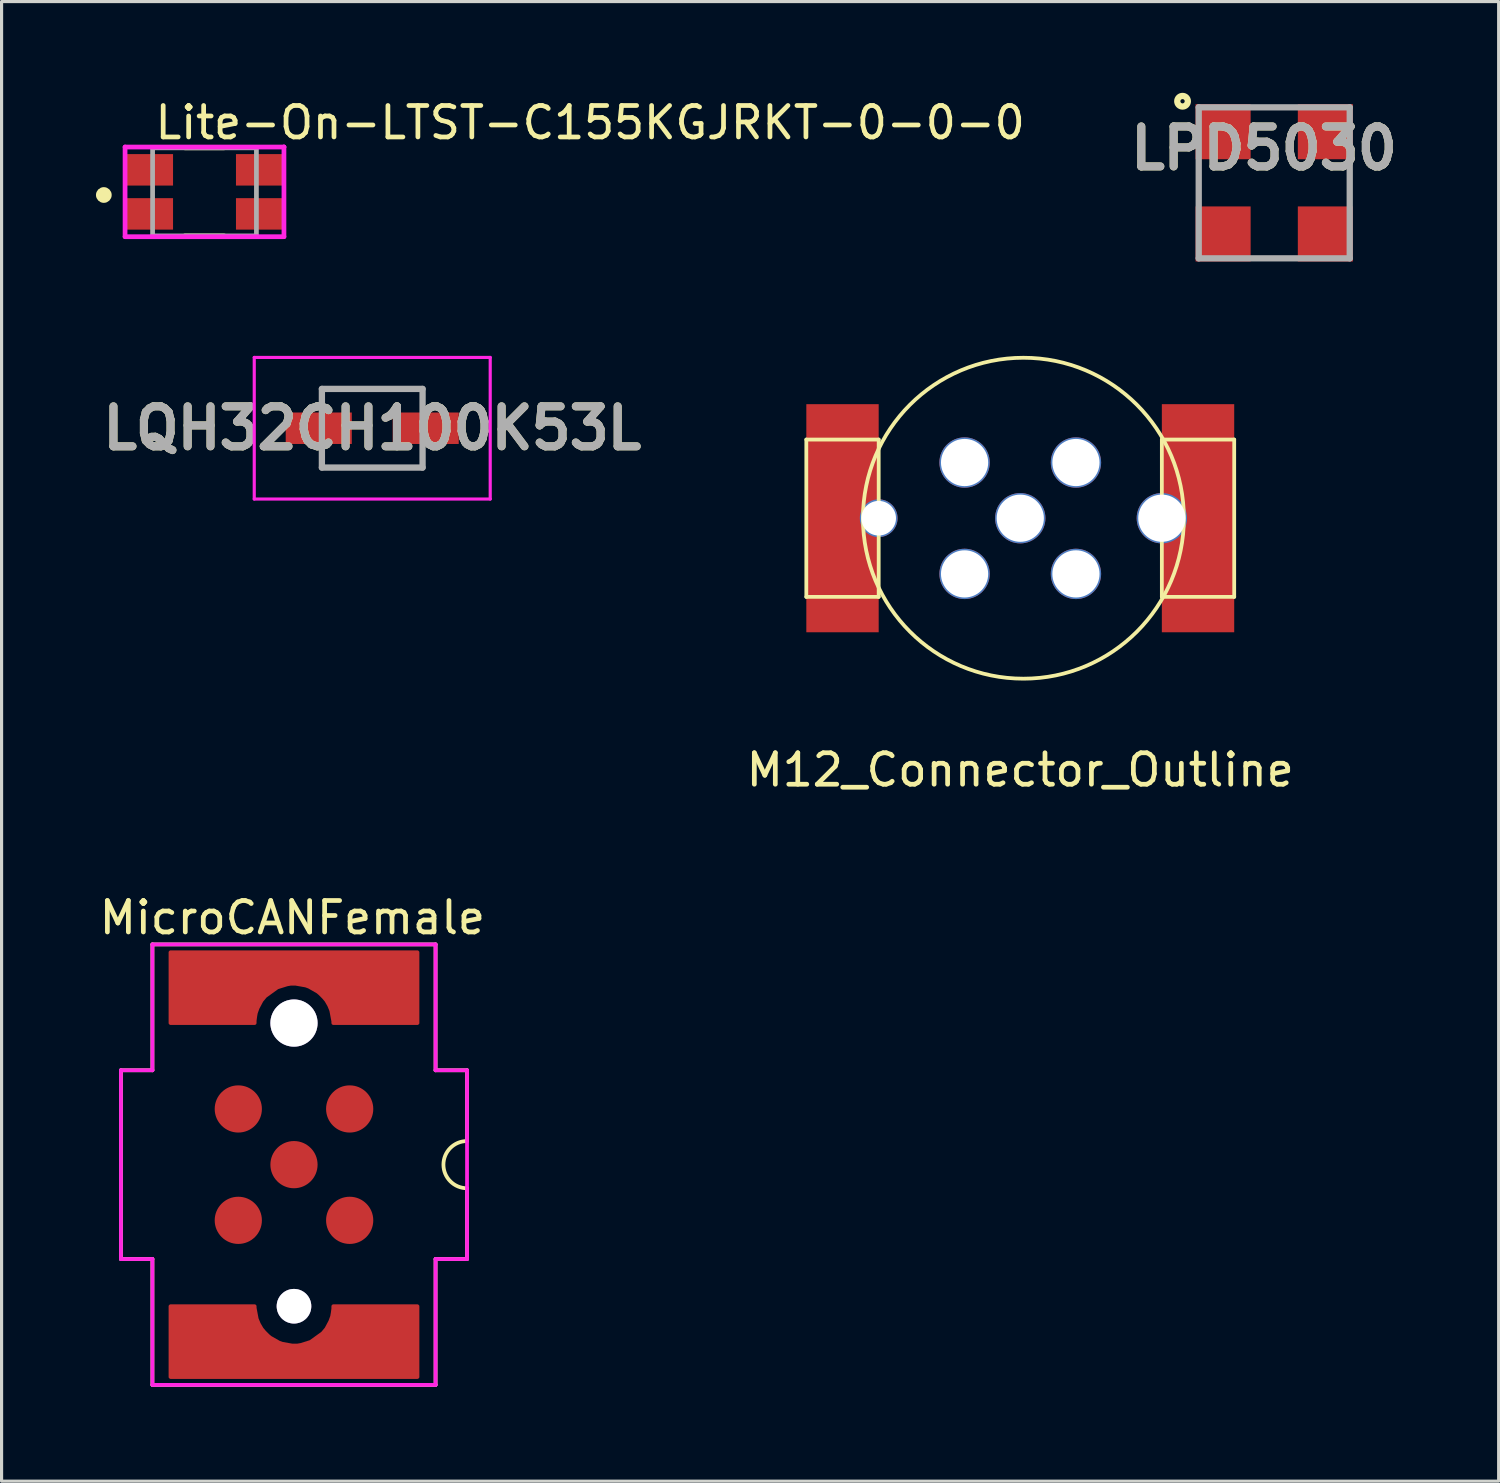
<source format=kicad_pcb>
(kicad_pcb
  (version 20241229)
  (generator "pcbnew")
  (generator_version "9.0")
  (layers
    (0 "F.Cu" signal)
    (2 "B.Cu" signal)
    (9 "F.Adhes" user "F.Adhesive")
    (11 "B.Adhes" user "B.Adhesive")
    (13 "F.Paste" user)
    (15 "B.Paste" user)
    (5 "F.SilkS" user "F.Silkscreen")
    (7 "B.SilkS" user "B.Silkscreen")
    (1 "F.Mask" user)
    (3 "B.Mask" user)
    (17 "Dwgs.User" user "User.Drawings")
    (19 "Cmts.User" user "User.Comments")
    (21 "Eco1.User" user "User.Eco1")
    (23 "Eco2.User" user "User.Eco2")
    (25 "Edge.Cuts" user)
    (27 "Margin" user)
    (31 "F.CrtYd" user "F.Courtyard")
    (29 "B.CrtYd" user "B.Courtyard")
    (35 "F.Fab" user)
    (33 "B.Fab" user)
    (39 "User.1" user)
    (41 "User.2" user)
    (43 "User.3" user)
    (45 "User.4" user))
  (footprint "MicroCANFemale"
    (layer "F.Cu")
    (at 6.294 33.967)
    (property "Reference" "MicroCANFemale" (at -0.05 -7.85 0) (layer "F.SilkS") (effects (font (size 1 1) (thickness 0.15))))
    (attr through_hole)
    (fp_line (start -5.5 -3) (end -4.5 -3) (stroke (width 0.12) (type solid)) (layer "F.SilkS"))
    (fp_line (start -5.5 3) (end -5.5 -3) (stroke (width 0.12) (type solid)) (layer "F.SilkS"))
    (fp_line (start -4.5 -7) (end -4.5 -3) (stroke (width 0.12) (type solid)) (layer "F.SilkS"))
    (fp_line (start -4.5 -7) (end 4.5 -7) (stroke (width 0.12) (type solid)) (layer "F.SilkS"))
    (fp_line (start -4.5 3) (end -5.5 3) (stroke (width 0.12) (type solid)) (layer "F.SilkS"))
    (fp_line (start -4.5 3) (end -4.5 7) (stroke (width 0.12) (type solid)) (layer "F.SilkS"))
    (fp_line (start -4.5 7) (end 4.5 7) (stroke (width 0.12) (type solid)) (layer "F.SilkS"))
    (fp_line (start 4.5 -3) (end 4.5 -7) (stroke (width 0.12) (type solid)) (layer "F.SilkS"))
    (fp_line (start 4.5 -3) (end 5.5 -3) (stroke (width 0.12) (type solid)) (layer "F.SilkS"))
    (fp_line (start 4.5 3) (end 4.5 7) (stroke (width 0.12) (type solid)) (layer "F.SilkS"))
    (fp_line (start 5.5 -3) (end 5.5 -0.75) (stroke (width 0.12) (type solid)) (layer "F.SilkS"))
    (fp_line (start 5.5 3) (end 4.5 3) (stroke (width 0.12) (type solid)) (layer "F.SilkS"))
    (fp_line (start 5.5 3) (end 5.5 0.75) (stroke (width 0.12) (type solid)) (layer "F.SilkS"))
    (fp_arc (start 5.5 0.75) (mid 4.75 0) (end 5.5 -0.75) (stroke (width 0.12) (type solid)) (layer "F.SilkS"))
    (fp_line (start -5.5 -3) (end -4.5 -3) (stroke (width 0.12) (type solid)) (layer "F.CrtYd"))
    (fp_line (start -5.5 3) (end -5.5 -3) (stroke (width 0.12) (type solid)) (layer "F.CrtYd"))
    (fp_line (start -4.5 -7) (end -4.5 -3) (stroke (width 0.12) (type solid)) (layer "F.CrtYd"))
    (fp_line (start -4.5 -7) (end 4.5 -7) (stroke (width 0.12) (type solid)) (layer "F.CrtYd"))
    (fp_line (start -4.5 3) (end -5.5 3) (stroke (width 0.12) (type solid)) (layer "F.CrtYd"))
    (fp_line (start -4.5 3) (end -4.5 7) (stroke (width 0.12) (type solid)) (layer "F.CrtYd"))
    (fp_line (start -4.5 7) (end 4.5 7) (stroke (width 0.12) (type solid)) (layer "F.CrtYd"))
    (fp_line (start 4.5 -3) (end 4.5 -7) (stroke (width 0.12) (type solid)) (layer "F.CrtYd"))
    (fp_line (start 4.5 -3) (end 5.5 -3) (stroke (width 0.12) (type solid)) (layer "F.CrtYd"))
    (fp_line (start 4.5 3) (end 4.5 7) (stroke (width 0.12) (type solid)) (layer "F.CrtYd"))
    (fp_line (start 5.5 -3) (end 5.5 3) (stroke (width 0.12) (type solid)) (layer "F.CrtYd"))
    (fp_line (start 5.5 3) (end 4.5 3) (stroke (width 0.12) (type solid)) (layer "F.CrtYd"))
    (pad "1" smd circle (at 1.77 -1.77 90) (size 1.5 1.5) (layers "F.Cu" "F.Mask" "F.Paste"))
    (pad "2" smd circle (at 1.77 1.77 90) (size 1.5 1.5) (layers "F.Cu" "F.Mask" "F.Paste"))
    (pad "3" smd circle (at -1.77 1.77 90) (size 1.5 1.5) (layers "F.Cu" "F.Mask" "F.Paste"))
    (pad "4" smd circle (at -1.77 -1.77 90) (size 1.5 1.5) (layers "F.Cu" "F.Mask" "F.Paste"))
    (pad "5" smd circle (at 0 0) (size 1.5 1.5) (layers "F.Cu" "F.Mask" "F.Paste"))
    (pad "6" smd custom (at 0 -6.25) (size 1.1 1.1) (layers "F.Cu" "F.Mask" "F.Paste") (options (anchor rect)) (primitives (gr_poly (pts (xy 3.925 1.75) (xy 1.25 1.75) (xy 1.175 1.35) (xy 1.05 1.05) (xy 0.775 0.775) (xy 0.425 0.575) (xy 0 0.5) (xy -0.125 0.5) (xy -0.525 0.625) (xy -0.975 0.95) (xy -1.2 1.375) (xy -1.25 1.75) (xy -3.925 1.725) (xy -3.925 -0.5) (xy 3.925 -0.5)) (width 0.1) (fill yes)) (gr_arc (start -1.25 1.75) (mid 0 0.5) (end 1.25 1.75) (width 0.12)) (gr_line (start -3.925 1.75) (end -1.25 1.75) (width 0.12)) (gr_line (start 3.925 1.75) (end 1.25 1.75) (width 0.12)) (gr_line (start -3.925 -0.5) (end -3.925 1.75) (width 0.12)) (gr_line (start 3.925 -0.5) (end -3.925 -0.5) (width 0.12)) (gr_line (start 3.925 1.75) (end 3.925 -0.5) (width 0.12))))
    (pad "6" smd custom (at 0 6.25 180) (size 1.1 1.1) (layers "F.Cu" "F.Mask" "F.Paste") (options (anchor rect)) (primitives (gr_poly (pts (xy 3.925 1.75) (xy 1.25 1.75) (xy 1.175 1.35) (xy 1.05 1.05) (xy 0.775 0.775) (xy 0.425 0.575) (xy 0 0.5) (xy -0.125 0.5) (xy -0.525 0.625) (xy -0.975 0.95) (xy -1.2 1.375) (xy -1.25 1.75) (xy -3.925 1.725) (xy -3.925 -0.5) (xy 3.925 -0.5)) (width 0.1) (fill yes)) (gr_arc (start -1.25 1.75) (mid 0 0.5) (end 1.25 1.75) (width 0.12)) (gr_line (start -3.925 1.75) (end -1.25 1.75) (width 0.12)) (gr_line (start 3.925 1.75) (end 1.25 1.75) (width 0.12)) (gr_line (start -3.925 -0.5) (end -3.925 1.75) (width 0.12)) (gr_line (start 3.925 -0.5) (end -3.925 -0.5) (width 0.12)) (gr_line (start 3.925 1.75) (end 3.925 -0.5) (width 0.12))))
    (pad "7" thru_hole circle (at 0 -4.5) (size 1.5 1.5) (drill 1.5) (layers "*.Cu" "*.Mask"))
    (pad "7" thru_hole circle (at 0 4.5) (size 1.1 1.1) (drill 1.1) (layers "*.Cu" "*.Mask")))
  (footprint "M12_Connector_Outline"
    (layer "F.Cu")
    (at 29.378 13.421)
    (property "Reference" "M12_Connector_Outline" (at 0 8 0) (layer "F.SilkS") (effects (font (size 1 1) (thickness 0.15))))
    (attr through_hole)
    (fp_line (start -6.8 -2.5) (end -4.5 -2.5) (stroke (width 0.12) (type solid)) (layer "F.SilkS"))
    (fp_line (start -6.8 2.5) (end -6.8 -2.5) (stroke (width 0.12) (type solid)) (layer "F.SilkS"))
    (fp_line (start -4.5 -2.5) (end -4.5 2.5) (stroke (width 0.12) (type solid)) (layer "F.SilkS"))
    (fp_line (start -4.5 2.5) (end -6.8 2.5) (stroke (width 0.12) (type solid)) (layer "F.SilkS"))
    (fp_line (start 4.5 -2.5) (end 6.8 -2.5) (stroke (width 0.12) (type solid)) (layer "F.SilkS"))
    (fp_line (start 4.5 2.5) (end 4.5 -2.5) (stroke (width 0.12) (type solid)) (layer "F.SilkS"))
    (fp_line (start 6.8 -2.5) (end 6.8 2.5) (stroke (width 0.12) (type solid)) (layer "F.SilkS"))
    (fp_line (start 6.8 2.5) (end 4.5 2.5) (stroke (width 0.12) (type solid)) (layer "F.SilkS"))
    (fp_circle (center 0.1 0) (end 0.1 5.1) (stroke (width 0.12) (type solid)) (fill no) (layer "F.SilkS"))
    (pad "1" thru_hole circle (at 1.77 1.77 270) (size 1.6 1.6) (drill 1.5) (layers "*.Cu" "*.Mask"))
    (pad "2" thru_hole circle (at -1.77 1.77 270) (size 1.6 1.6) (drill 1.5) (layers "*.Cu" "*.Mask"))
    (pad "2" thru_hole circle (at 4.5 0 270) (size 1.6 1.6) (drill 1.5) (layers "*.Cu" "*.Mask"))
    (pad "3" thru_hole circle (at -4.5 0 270) (size 1.2 1.2) (drill 1.1) (layers "*.Cu" "*.Mask"))
    (pad "3" thru_hole circle (at -1.77 -1.77 270) (size 1.6 1.6) (drill 1.5) (layers "*.Cu" "*.Mask"))
    (pad "4" thru_hole circle (at 1.77 -1.77 270) (size 1.6 1.6) (drill 1.5) (layers "*.Cu" "*.Mask"))
    (pad "5" thru_hole circle (at 0 0 270) (size 1.6 1.6) (drill 1.5) (layers "*.Cu" "*.Mask"))
    (pad "GND" smd rect (at -5.65 0 270) (size 7.25 2.3) (layers "F.Cu" "F.Mask" "F.Paste"))
    (pad "GND" smd rect (at 5.65 0 270) (size 7.25 2.3) (layers "F.Cu" "F.Mask" "F.Paste")))
  (footprint "LPD5030"
    (layer "F.Cu")
    (at 37.45 2.761)
    (property "Reference" "LPD5030" (at -0.324 -1.096 0) (layer "F.SilkS") (effects (font (size 1.27 1.27) (thickness 0.254))))
    (attr smd)
    (fp_circle (center -2.914 -2.593) (end -2.914 -2.525) (stroke (width 0.2) (type solid)) (fill no) (layer "F.SilkS"))
    (fp_line (start -2.4 -2.4) (end 2.4 -2.4) (stroke (width 0.2) (type solid)) (layer "F.Fab"))
    (fp_line (start -2.4 2.4) (end -2.4 -2.4) (stroke (width 0.2) (type solid)) (layer "F.Fab"))
    (fp_line (start 2.4 -2.4) (end 2.4 2.4) (stroke (width 0.2) (type solid)) (layer "F.Fab"))
    (fp_line (start 2.4 2.4) (end -2.4 2.4) (stroke (width 0.2) (type solid)) (layer "F.Fab"))
    (fp_text user "${REFERENCE}" (at -0.324 -1.096 0) (layer "F.Fab") (effects (font (size 1.27 1.27) (thickness 0.254))))
    (pad "1" smd rect (at -1.625 -1.625 90) (size 1.75 1.75) (layers "F.Cu" "F.Mask" "F.Paste"))
    (pad "2" smd rect (at -1.625 1.625 90) (size 1.75 1.75) (layers "F.Cu" "F.Mask" "F.Paste"))
    (pad "3" smd rect (at 1.625 1.625 90) (size 1.75 1.75) (layers "F.Cu" "F.Mask" "F.Paste"))
    (pad "4" smd rect (at 1.625 -1.625 90) (size 1.75 1.75) (layers "F.Cu" "F.Mask" "F.Paste")))
  (footprint "LQH32CH100K53L"
    (layer "F.Cu")
    (at 8.781 10.561)
    (property "Reference" "LQH32CH100K53L" (at 0 0 0) (layer "F.SilkS") (effects (font (size 1.27 1.27) (thickness 0.254))))
    (attr smd)
    (fp_line (start -1.6 -1.25) (end 1.5 -1.25) (stroke (width 0.1) (type solid)) (layer "F.SilkS"))
    (fp_line (start -1.5 1.25) (end 1.6 1.25) (stroke (width 0.1) (type solid)) (layer "F.SilkS"))
    (fp_line (start -3.75 -2.25) (end 3.75 -2.25) (stroke (width 0.1) (type solid)) (layer "F.CrtYd"))
    (fp_line (start -3.75 2.25) (end -3.75 -2.25) (stroke (width 0.1) (type solid)) (layer "F.CrtYd"))
    (fp_line (start 3.75 -2.25) (end 3.75 2.25) (stroke (width 0.1) (type solid)) (layer "F.CrtYd"))
    (fp_line (start 3.75 2.25) (end -3.75 2.25) (stroke (width 0.1) (type solid)) (layer "F.CrtYd"))
    (fp_line (start -1.6 -1.25) (end 1.6 -1.25) (stroke (width 0.2) (type solid)) (layer "F.Fab"))
    (fp_line (start -1.6 1.25) (end -1.6 -1.25) (stroke (width 0.2) (type solid)) (layer "F.Fab"))
    (fp_line (start 1.6 -1.25) (end 1.6 1.25) (stroke (width 0.2) (type solid)) (layer "F.Fab"))
    (fp_line (start 1.6 1.25) (end -1.6 1.25) (stroke (width 0.2) (type solid)) (layer "F.Fab"))
    (fp_text user "${REFERENCE}" (at 0 0 0) (layer "F.Fab") (effects (font (size 1.27 1.27) (thickness 0.254))))
    (pad "1" smd rect (at -1.7 0 90) (size 1 2.1) (layers "F.Cu" "F.Mask" "F.Paste"))
    (pad "2" smd rect (at 1.7 0 90) (size 1 2.1) (layers "F.Cu" "F.Mask" "F.Paste")))
  (footprint "Lite-On-LTST-C155KGJRKT-0-0-0"
    (layer "F.Cu")
    (at 3.45 3.048)
    (property "Reference" "Lite-On-LTST-C155KGJRKT-0-0-0" (at -1.65 -2.2 0) (layer "F.SilkS") (effects (font (size 1 1) (thickness 0.15)) (justify left)))
    (attr through_hole)
    (fp_line (start -0.625 -1.4) (end 0.625 -1.4) (stroke (width 0.15) (type solid)) (layer "F.SilkS"))
    (fp_line (start -0.625 1.4) (end 0.625 1.4) (stroke (width 0.15) (type solid)) (layer "F.SilkS"))
    (fp_circle (center -3.2 0.1) (end -3.075 0.1) (stroke (width 0.25) (type solid)) (fill no) (layer "F.SilkS"))
    (fp_line (start -2.525 -1.425) (end -2.525 1.425) (stroke (width 0.15) (type solid)) (layer "F.CrtYd"))
    (fp_line (start -2.525 1.425) (end 2.525 1.425) (stroke (width 0.15) (type solid)) (layer "F.CrtYd"))
    (fp_line (start 2.525 -1.425) (end -2.525 -1.425) (stroke (width 0.15) (type solid)) (layer "F.CrtYd"))
    (fp_line (start 2.525 -1.425) (end 2.525 -1.425) (stroke (width 0.15) (type solid)) (layer "F.CrtYd"))
    (fp_line (start 2.525 1.425) (end 2.525 -1.425) (stroke (width 0.15) (type solid)) (layer "F.CrtYd"))
    (fp_line (start -1.65 -1.4) (end 1.65 -1.4) (stroke (width 0.15) (type solid)) (layer "F.Fab"))
    (fp_line (start -1.65 1.4) (end -1.65 -1.4) (stroke (width 0.15) (type solid)) (layer "F.Fab"))
    (fp_line (start 1.65 -1.4) (end 1.65 1.4) (stroke (width 0.15) (type solid)) (layer "F.Fab"))
    (fp_line (start 1.65 1.4) (end -1.65 1.4) (stroke (width 0.15) (type solid)) (layer "F.Fab"))
    (pad "1" smd rect (at 1.75 0.7) (size 1.5 1) (layers "F.Cu" "F.Mask" "F.Paste"))
    (pad "2" smd rect (at 1.75 -0.7) (size 1.5 1) (layers "F.Cu" "F.Mask" "F.Paste"))
    (pad "3" smd rect (at -1.75 0.7) (size 1.5 1) (layers "F.Cu" "F.Mask" "F.Paste"))
    (pad "4" smd rect (at -1.75 -0.7) (size 1.5 1) (layers "F.Cu" "F.Mask" "F.Paste")))
  (gr_rect
    (start -3 -3)
    (end 44.583 44.027)
    (stroke (width 0.1) (type default))
    (fill no)
    (layer "Edge.Cuts")))
</source>
